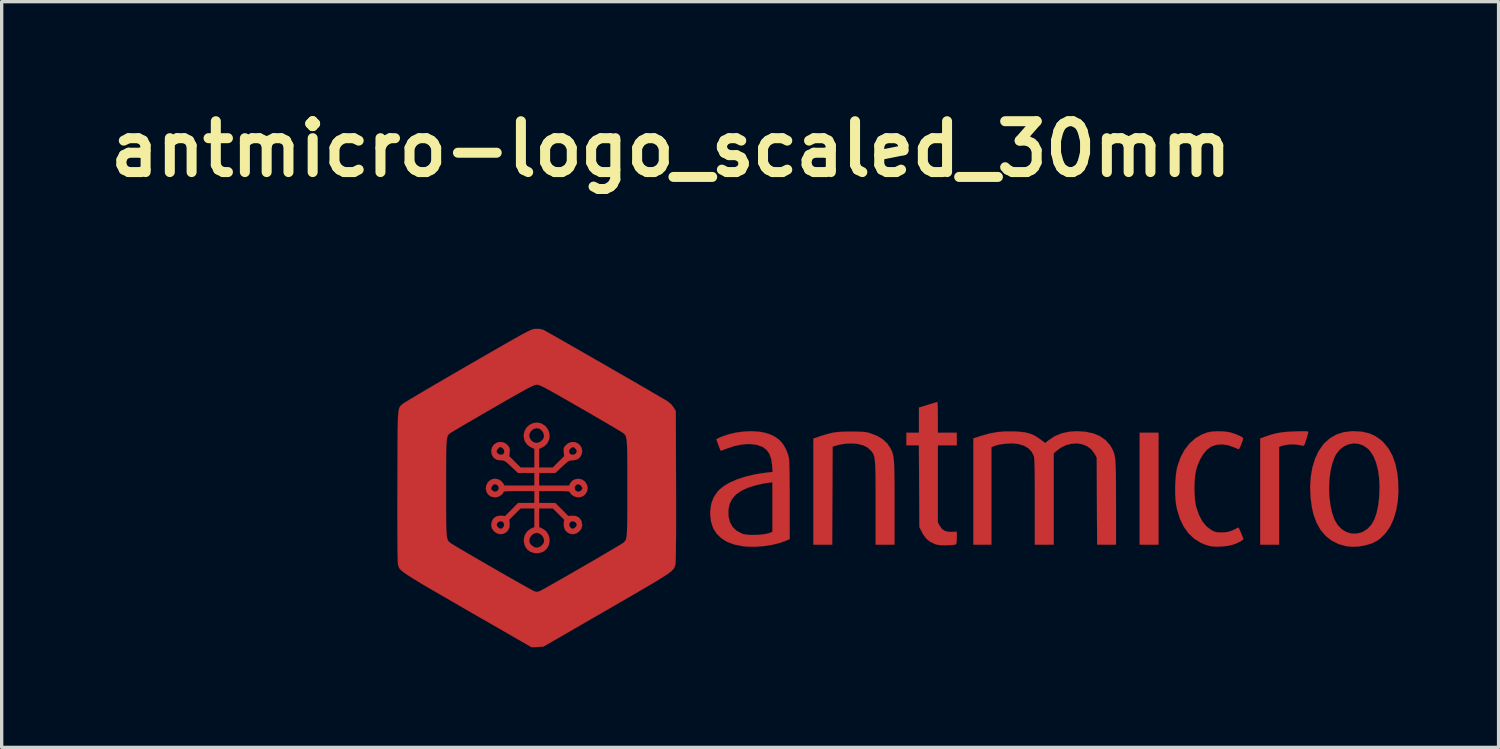
<source format=kicad_pcb>
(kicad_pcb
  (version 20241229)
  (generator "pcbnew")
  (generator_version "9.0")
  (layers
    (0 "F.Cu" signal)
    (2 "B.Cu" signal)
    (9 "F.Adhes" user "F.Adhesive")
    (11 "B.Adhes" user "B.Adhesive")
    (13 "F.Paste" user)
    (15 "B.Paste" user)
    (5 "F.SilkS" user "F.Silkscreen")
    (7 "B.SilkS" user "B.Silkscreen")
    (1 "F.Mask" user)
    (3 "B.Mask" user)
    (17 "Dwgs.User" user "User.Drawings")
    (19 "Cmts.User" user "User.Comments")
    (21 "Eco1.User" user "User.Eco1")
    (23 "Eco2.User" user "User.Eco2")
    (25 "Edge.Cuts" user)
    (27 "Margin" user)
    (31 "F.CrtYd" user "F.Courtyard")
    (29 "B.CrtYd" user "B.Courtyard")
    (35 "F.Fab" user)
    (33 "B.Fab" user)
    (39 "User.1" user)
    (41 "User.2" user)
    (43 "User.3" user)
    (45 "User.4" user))
  (footprint "antmicro-logo_scaled_30mm"
    (layer "F.Cu")
    (at 24.762 11.718)
    (property "Reference" "antmicro-logo_scaled_30mm" (at -7.7 -10.3 0) (layer "F.SilkS") (effects (font (size 1.524 1.524) (thickness 0.3))))
    (attr exclude_from_pos_files exclude_from_bom)
    (fp_poly (pts (xy 6.912 1.557) (xy 6.345 1.557) (xy 6.345 -1.798) (xy 6.912 -1.798) (xy 6.912 1.557)) (stroke (width 0.003) (type solid)) (fill yes) (layer "F.Cu"))
    (fp_poly (pts (xy 11.341 -1.841) (xy 11.383 -1.835) (xy 11.4 -1.825) (xy 11.4 -1.822) (xy 11.394 -1.787) (xy 11.376 -1.72) (xy 11.35 -1.632) (xy 11.338 -1.594) (xy 11.307 -1.497) (xy 11.282 -1.439) (xy 11.261 -1.411) (xy 11.24 -1.407) (xy 11.234 -1.408) (xy 11.087 -1.439) (xy 10.923 -1.45) (xy 10.761 -1.439) (xy 10.618 -1.408) (xy 10.591 -1.399) (xy 10.526 -1.373) (xy 10.526 1.557) (xy 9.959 1.557) (xy 9.959 -1.627) (xy 10.131 -1.689) (xy 10.279 -1.739) (xy 10.416 -1.776) (xy 10.552 -1.802) (xy 10.702 -1.821) (xy 10.878 -1.833) (xy 11.005 -1.838) (xy 11.157 -1.842) (xy 11.267 -1.843) (xy 11.341 -1.841)) (stroke (width 0.003) (type solid)) (fill yes) (layer "F.Cu"))
    (fp_poly (pts (xy 0.287 -2.696) (xy 0.291 -2.634) (xy 0.295 -2.538) (xy 0.297 -2.417) (xy 0.298 -2.277) (xy 0.298 -2.258) (xy 0.298 -1.798) (xy 0.865 -1.798) (xy 0.865 -1.42) (xy 0.298 -1.42) (xy 0.298 0.888) (xy 0.352 0.99) (xy 0.421 1.086) (xy 0.51 1.146) (xy 0.625 1.173) (xy 0.717 1.174) (xy 0.865 1.167) (xy 0.865 1.349) (xy 0.861 1.461) (xy 0.848 1.529) (xy 0.835 1.549) (xy 0.8 1.557) (xy 0.73 1.566) (xy 0.635 1.572) (xy 0.57 1.574) (xy 0.44 1.576) (xy 0.342 1.569) (xy 0.262 1.554) (xy 0.208 1.537) (xy 0.065 1.469) (xy -0.05 1.375) (xy -0.145 1.245) (xy -0.174 1.191) (xy -0.257 1.03) (xy -0.264 -0.195) (xy -0.271 -1.42) (xy -0.647 -1.42) (xy -0.647 -1.798) (xy -0.269 -1.798) (xy -0.269 -2.552) (xy -0.002 -2.635) (xy 0.104 -2.668) (xy 0.193 -2.694) (xy 0.255 -2.712) (xy 0.282 -2.719) (xy 0.287 -2.696)) (stroke (width 0.003) (type solid)) (fill yes) (layer "F.Cu"))
    (fp_poly (pts (xy -2.137 -1.832) (xy -2.011 -1.828) (xy -1.914 -1.822) (xy -1.838 -1.812) (xy -1.772 -1.797) (xy -1.746 -1.789) (xy -1.532 -1.708) (xy -1.359 -1.606) (xy -1.225 -1.482) (xy -1.136 -1.354) (xy -1.108 -1.301) (xy -1.084 -1.251) (xy -1.064 -1.2) (xy -1.048 -1.143) (xy -1.034 -1.077) (xy -1.024 -0.997) (xy -1.016 -0.899) (xy -1.01 -0.778) (xy -1.006 -0.632) (xy -1.003 -0.455) (xy -1.002 -0.243) (xy -1.001 0.008) (xy -1.001 0.298) (xy -1.001 1.557) (xy -1.568 1.557) (xy -1.568 0.309) (xy -1.568 0.015) (xy -1.569 -0.235) (xy -1.57 -0.446) (xy -1.573 -0.622) (xy -1.577 -0.766) (xy -1.584 -0.883) (xy -1.592 -0.976) (xy -1.603 -1.05) (xy -1.618 -1.109) (xy -1.635 -1.155) (xy -1.657 -1.194) (xy -1.682 -1.23) (xy -1.713 -1.266) (xy -1.715 -1.268) (xy -1.812 -1.356) (xy -1.931 -1.418) (xy -2.082 -1.458) (xy -2.138 -1.467) (xy -2.297 -1.477) (xy -2.472 -1.469) (xy -2.642 -1.443) (xy -2.766 -1.41) (xy -2.856 -1.379) (xy -2.862 0.089) (xy -2.868 1.557) (xy -3.434 1.557) (xy -3.434 -1.626) (xy -3.216 -1.698) (xy -3.065 -1.745) (xy -2.938 -1.78) (xy -2.82 -1.805) (xy -2.699 -1.82) (xy -2.563 -1.829) (xy -2.399 -1.832) (xy -2.3 -1.833) (xy -2.137 -1.832)) (stroke (width 0.003) (type solid)) (fill yes) (layer "F.Cu"))
    (fp_poly (pts (xy 4.729 -1.827) (xy 4.96 -1.777) (xy 5.158 -1.694) (xy 5.323 -1.578) (xy 5.454 -1.431) (xy 5.517 -1.325) (xy 5.542 -1.274) (xy 5.564 -1.225) (xy 5.581 -1.173) (xy 5.596 -1.115) (xy 5.608 -1.046) (xy 5.617 -0.961) (xy 5.624 -0.858) (xy 5.629 -0.731) (xy 5.633 -0.577) (xy 5.635 -0.39) (xy 5.636 -0.168) (xy 5.636 0.094) (xy 5.637 0.306) (xy 5.637 1.557) (xy 5.071 1.557) (xy 5.064 0.252) (xy 5.058 -1.053) (xy 4.989 -1.178) (xy 4.895 -1.302) (xy 4.773 -1.393) (xy 4.63 -1.452) (xy 4.472 -1.478) (xy 4.308 -1.47) (xy 4.142 -1.428) (xy 3.984 -1.351) (xy 3.871 -1.267) (xy 3.77 -1.18) (xy 3.77 1.557) (xy 3.203 1.557) (xy 3.203 0.278) (xy 3.203 -0.043) (xy 3.202 -0.318) (xy 3.2 -0.549) (xy 3.197 -0.737) (xy 3.193 -0.885) (xy 3.188 -0.992) (xy 3.182 -1.062) (xy 3.177 -1.091) (xy 3.113 -1.224) (xy 3.013 -1.331) (xy 2.879 -1.41) (xy 2.713 -1.46) (xy 2.52 -1.479) (xy 2.324 -1.469) (xy 2.217 -1.456) (xy 2.141 -1.443) (xy 2.077 -1.428) (xy 2.011 -1.406) (xy 1.969 -1.391) (xy 1.904 -1.367) (xy 1.904 1.557) (xy 1.361 1.557) (xy 1.361 -1.63) (xy 1.586 -1.702) (xy 1.839 -1.774) (xy 2.076 -1.818) (xy 2.316 -1.839) (xy 2.566 -1.839) (xy 2.766 -1.827) (xy 2.93 -1.805) (xy 3.068 -1.768) (xy 3.191 -1.716) (xy 3.31 -1.643) (xy 3.359 -1.607) (xy 3.514 -1.49) (xy 3.613 -1.57) (xy 3.804 -1.696) (xy 4.019 -1.784) (xy 4.259 -1.832) (xy 4.467 -1.844) (xy 4.729 -1.827)) (stroke (width 0.003) (type solid)) (fill yes) (layer "F.Cu"))
    (fp_poly (pts (xy 13.011 -1.829) (xy 13.222 -1.781) (xy 13.409 -1.698) (xy 13.578 -1.578) (xy 13.656 -1.505) (xy 13.806 -1.322) (xy 13.924 -1.107) (xy 14.012 -0.858) (xy 14.07 -0.574) (xy 14.09 -0.391) (xy 14.102 -0.06) (xy 14.083 0.249) (xy 14.033 0.533) (xy 13.956 0.791) (xy 13.85 1.018) (xy 13.717 1.212) (xy 13.559 1.369) (xy 13.461 1.44) (xy 13.306 1.517) (xy 13.122 1.574) (xy 12.923 1.61) (xy 12.724 1.62) (xy 12.542 1.603) (xy 12.309 1.539) (xy 12.103 1.437) (xy 11.924 1.297) (xy 11.773 1.12) (xy 11.651 0.907) (xy 11.559 0.659) (xy 11.509 0.444) (xy 11.467 0.124) (xy 11.458 -0.133) (xy 12.023 -0.133) (xy 12.033 0.13) (xy 12.065 0.384) (xy 12.118 0.617) (xy 12.189 0.814) (xy 12.282 0.969) (xy 12.399 1.09) (xy 12.535 1.175) (xy 12.684 1.221) (xy 12.839 1.227) (xy 12.996 1.189) (xy 13.048 1.165) (xy 13.181 1.078) (xy 13.291 0.959) (xy 13.379 0.805) (xy 13.447 0.613) (xy 13.496 0.383) (xy 13.524 0.14) (xy 13.536 -0.157) (xy 13.524 -0.433) (xy 13.489 -0.684) (xy 13.431 -0.907) (xy 13.352 -1.098) (xy 13.252 -1.251) (xy 13.19 -1.317) (xy 13.055 -1.412) (xy 12.909 -1.466) (xy 12.757 -1.478) (xy 12.608 -1.452) (xy 12.467 -1.389) (xy 12.34 -1.289) (xy 12.235 -1.155) (xy 12.194 -1.079) (xy 12.119 -0.88) (xy 12.066 -0.649) (xy 12.034 -0.397) (xy 12.023 -0.133) (xy 11.458 -0.133) (xy 11.456 -0.187) (xy 11.476 -0.485) (xy 11.525 -0.763) (xy 11.603 -1.018) (xy 11.708 -1.244) (xy 11.84 -1.436) (xy 11.879 -1.481) (xy 12.049 -1.632) (xy 12.241 -1.743) (xy 12.456 -1.813) (xy 12.697 -1.843) (xy 12.769 -1.844) (xy 13.011 -1.829)) (stroke (width 0.003) (type solid)) (fill yes) (layer "F.Cu"))
    (fp_poly (pts (xy 8.814 -1.84) (xy 8.97 -1.825) (xy 9.056 -1.809) (xy 9.145 -1.783) (xy 9.241 -1.749) (xy 9.331 -1.71) (xy 9.403 -1.673) (xy 9.444 -1.643) (xy 9.447 -1.639) (xy 9.445 -1.609) (xy 9.428 -1.551) (xy 9.402 -1.479) (xy 9.372 -1.405) (xy 9.343 -1.344) (xy 9.322 -1.309) (xy 9.316 -1.305) (xy 9.287 -1.313) (xy 9.229 -1.337) (xy 9.17 -1.363) (xy 8.99 -1.425) (xy 8.811 -1.45) (xy 8.642 -1.435) (xy 8.494 -1.384) (xy 8.37 -1.295) (xy 8.257 -1.165) (xy 8.157 -1) (xy 8.075 -0.804) (xy 8.041 -0.691) (xy 8.013 -0.551) (xy 7.996 -0.38) (xy 7.988 -0.19) (xy 7.99 0.004) (xy 8.002 0.188) (xy 8.023 0.348) (xy 8.041 0.427) (xy 8.121 0.661) (xy 8.222 0.854) (xy 8.344 1.005) (xy 8.487 1.114) (xy 8.498 1.12) (xy 8.57 1.157) (xy 8.634 1.178) (xy 8.707 1.188) (xy 8.809 1.19) (xy 8.814 1.19) (xy 8.92 1.185) (xy 9.013 1.169) (xy 9.108 1.138) (xy 9.218 1.087) (xy 9.301 1.043) (xy 9.311 1.05) (xy 9.329 1.081) (xy 9.357 1.141) (xy 9.396 1.235) (xy 9.45 1.369) (xy 9.455 1.381) (xy 9.442 1.407) (xy 9.394 1.442) (xy 9.321 1.483) (xy 9.233 1.523) (xy 9.139 1.558) (xy 9.115 1.565) (xy 8.988 1.592) (xy 8.835 1.61) (xy 8.676 1.616) (xy 8.532 1.61) (xy 8.471 1.603) (xy 8.383 1.58) (xy 8.276 1.543) (xy 8.176 1.499) (xy 7.98 1.377) (xy 7.811 1.217) (xy 7.669 1.02) (xy 7.555 0.786) (xy 7.471 0.518) (xy 7.443 0.387) (xy 7.422 0.232) (xy 7.412 0.049) (xy 7.41 -0.15) (xy 7.418 -0.35) (xy 7.433 -0.54) (xy 7.458 -0.704) (xy 7.478 -0.794) (xy 7.57 -1.055) (xy 7.691 -1.283) (xy 7.84 -1.475) (xy 8.015 -1.631) (xy 8.216 -1.748) (xy 8.375 -1.807) (xy 8.499 -1.831) (xy 8.652 -1.842) (xy 8.814 -1.84)) (stroke (width 0.003) (type solid)) (fill yes) (layer "F.Cu"))
    (fp_poly (pts (xy -5.05 -1.829) (xy -4.901 -1.801) (xy -4.731 -1.749) (xy -4.594 -1.684) (xy -4.475 -1.6) (xy -4.417 -1.546) (xy -4.331 -1.439) (xy -4.254 -1.301) (xy -4.195 -1.151) (xy -4.167 -1.044) (xy -4.162 -0.991) (xy -4.157 -0.895) (xy -4.152 -0.759) (xy -4.149 -0.587) (xy -4.146 -0.385) (xy -4.144 -0.154) (xy -4.143 0.1) (xy -4.143 0.236) (xy -4.143 1.389) (xy -4.254 1.438) (xy -4.452 1.509) (xy -4.682 1.564) (xy -4.929 1.602) (xy -5.181 1.619) (xy -5.423 1.615) (xy -5.551 1.603) (xy -5.802 1.553) (xy -6.016 1.474) (xy -6.193 1.365) (xy -6.333 1.228) (xy -6.436 1.064) (xy -6.5 0.871) (xy -6.526 0.652) (xy -6.524 0.542) (xy -6.521 0.521) (xy -5.98 0.521) (xy -5.976 0.716) (xy -5.933 0.885) (xy -5.854 1.026) (xy -5.738 1.138) (xy -5.587 1.219) (xy -5.514 1.243) (xy -5.422 1.258) (xy -5.298 1.266) (xy -5.158 1.265) (xy -5.016 1.256) (xy -4.888 1.241) (xy -4.789 1.22) (xy -4.775 1.215) (xy -4.663 1.174) (xy -4.663 -0.313) (xy -4.798 -0.296) (xy -4.885 -0.283) (xy -4.997 -0.261) (xy -5.115 -0.234) (xy -5.152 -0.225) (xy -5.394 -0.151) (xy -5.593 -0.059) (xy -5.75 0.05) (xy -5.865 0.179) (xy -5.941 0.327) (xy -5.978 0.497) (xy -5.98 0.521) (xy -6.521 0.521) (xy -6.494 0.329) (xy -6.422 0.14) (xy -6.31 -0.028) (xy -6.245 -0.097) (xy -6.103 -0.21) (xy -5.92 -0.314) (xy -5.703 -0.407) (xy -5.457 -0.486) (xy -5.189 -0.549) (xy -4.905 -0.594) (xy -4.901 -0.595) (xy -4.656 -0.624) (xy -4.67 -0.825) (xy -4.698 -1.014) (xy -4.752 -1.166) (xy -4.836 -1.284) (xy -4.951 -1.37) (xy -5.101 -1.427) (xy -5.173 -1.444) (xy -5.368 -1.461) (xy -5.586 -1.444) (xy -5.814 -1.396) (xy -6.044 -1.318) (xy -6.065 -1.31) (xy -6.137 -1.281) (xy -6.191 -1.263) (xy -6.212 -1.26) (xy -6.224 -1.285) (xy -6.246 -1.341) (xy -6.275 -1.413) (xy -6.303 -1.488) (xy -6.326 -1.553) (xy -6.339 -1.593) (xy -6.34 -1.599) (xy -6.32 -1.614) (xy -6.269 -1.641) (xy -6.211 -1.668) (xy -5.999 -1.745) (xy -5.764 -1.801) (xy -5.519 -1.834) (xy -5.276 -1.844) (xy -5.05 -1.829)) (stroke (width 0.003) (type solid)) (fill yes) (layer "F.Cu"))
    (fp_poly (pts (xy -11.635 -4.909) (xy -11.537 -4.887) (xy -11.536 -4.886) (xy -11.505 -4.87) (xy -11.437 -4.833) (xy -11.335 -4.775) (xy -11.203 -4.701) (xy -11.045 -4.611) (xy -10.864 -4.508) (xy -10.664 -4.393) (xy -10.448 -4.27) (xy -10.22 -4.139) (xy -9.984 -4.003) (xy -9.742 -3.865) (xy -9.5 -3.725) (xy -9.26 -3.587) (xy -9.026 -3.452) (xy -8.802 -3.323) (xy -8.591 -3.201) (xy -8.396 -3.088) (xy -8.223 -2.987) (xy -8.073 -2.9) (xy -7.951 -2.828) (xy -7.86 -2.775) (xy -7.804 -2.741) (xy -7.798 -2.737) (xy -7.698 -2.655) (xy -7.621 -2.556) (xy -7.556 -2.447) (xy -7.55 -0.195) (xy -7.549 0.235) (xy -7.549 0.624) (xy -7.549 0.97) (xy -7.55 1.273) (xy -7.552 1.532) (xy -7.554 1.746) (xy -7.557 1.916) (xy -7.56 2.04) (xy -7.564 2.117) (xy -7.568 2.145) (xy -7.577 2.181) (xy -7.588 2.213) (xy -7.601 2.244) (xy -7.62 2.275) (xy -7.647 2.308) (xy -7.684 2.345) (xy -7.734 2.386) (xy -7.8 2.434) (xy -7.883 2.49) (xy -7.987 2.556) (xy -8.113 2.634) (xy -8.265 2.725) (xy -8.444 2.831) (xy -8.653 2.953) (xy -8.895 3.094) (xy -9.172 3.254) (xy -9.486 3.435) (xy -9.626 3.516) (xy -11.525 4.613) (xy -11.702 4.623) (xy -11.879 4.632) (xy -12.576 4.231) (xy -13.003 3.985) (xy -13.39 3.763) (xy -13.741 3.561) (xy -14.056 3.379) (xy -14.338 3.216) (xy -14.589 3.071) (xy -14.81 2.942) (xy -15.004 2.829) (xy -15.172 2.73) (xy -15.316 2.643) (xy -15.438 2.568) (xy -15.54 2.504) (xy -15.624 2.448) (xy -15.691 2.401) (xy -15.745 2.361) (xy -15.786 2.327) (xy -15.816 2.296) (xy -15.838 2.27) (xy -15.853 2.245) (xy -15.863 2.221) (xy -15.871 2.197) (xy -15.877 2.171) (xy -15.884 2.145) (xy -15.888 2.104) (xy -15.892 2.016) (xy -15.895 1.882) (xy -15.898 1.702) (xy -15.9 1.477) (xy -15.902 1.208) (xy -15.902 0.895) (xy -15.903 0.539) (xy -15.902 0.14) (xy -15.901 -0.144) (xy -14.442 -0.144) (xy -14.442 0.163) (xy -14.442 0.426) (xy -14.441 0.65) (xy -14.44 0.837) (xy -14.437 0.991) (xy -14.433 1.116) (xy -14.428 1.215) (xy -14.42 1.293) (xy -14.411 1.352) (xy -14.399 1.396) (xy -14.385 1.429) (xy -14.367 1.455) (xy -14.347 1.476) (xy -14.323 1.498) (xy -14.321 1.5) (xy -14.29 1.521) (xy -14.221 1.563) (xy -14.121 1.623) (xy -13.994 1.699) (xy -13.843 1.788) (xy -13.674 1.887) (xy -13.49 1.993) (xy -13.297 2.105) (xy -13.098 2.22) (xy -12.898 2.335) (xy -12.703 2.447) (xy -12.515 2.554) (xy -12.339 2.654) (xy -12.181 2.743) (xy -12.044 2.82) (xy -11.933 2.882) (xy -11.852 2.925) (xy -11.805 2.949) (xy -11.798 2.952) (xy -11.74 2.968) (xy -11.699 2.969) (xy -11.65 2.953) (xy -11.621 2.941) (xy -11.582 2.921) (xy -11.507 2.881) (xy -11.401 2.822) (xy -11.269 2.747) (xy -11.114 2.659) (xy -10.942 2.561) (xy -10.757 2.455) (xy -10.563 2.343) (xy -10.365 2.229) (xy -10.167 2.114) (xy -9.974 2.002) (xy -9.79 1.895) (xy -9.62 1.795) (xy -9.468 1.706) (xy -9.338 1.629) (xy -9.236 1.568) (xy -9.166 1.524) (xy -9.131 1.501) (xy -9.13 1.5) (xy -9.106 1.478) (xy -9.085 1.457) (xy -9.068 1.431) (xy -9.053 1.399) (xy -9.041 1.356) (xy -9.032 1.298) (xy -9.024 1.222) (xy -9.019 1.124) (xy -9.015 1.002) (xy -9.012 0.85) (xy -9.01 0.666) (xy -9.009 0.445) (xy -9.009 0.185) (xy -9.009 -0.118) (xy -9.009 -0.144) (xy -9.009 -0.452) (xy -9.009 -0.717) (xy -9.01 -0.942) (xy -9.012 -1.13) (xy -9.014 -1.285) (xy -9.019 -1.411) (xy -9.025 -1.511) (xy -9.033 -1.59) (xy -9.043 -1.649) (xy -9.057 -1.694) (xy -9.073 -1.727) (xy -9.093 -1.752) (xy -9.116 -1.774) (xy -9.143 -1.794) (xy -9.154 -1.802) (xy -9.189 -1.825) (xy -9.261 -1.868) (xy -9.366 -1.931) (xy -9.5 -2.01) (xy -9.659 -2.103) (xy -9.84 -2.209) (xy -10.038 -2.324) (xy -10.25 -2.447) (xy -10.429 -2.55) (xy -10.684 -2.697) (xy -10.902 -2.821) (xy -11.085 -2.926) (xy -11.238 -3.012) (xy -11.362 -3.081) (xy -11.463 -3.135) (xy -11.542 -3.175) (xy -11.604 -3.204) (xy -11.65 -3.223) (xy -11.686 -3.234) (xy -11.713 -3.238) (xy -11.723 -3.238) (xy -11.748 -3.236) (xy -11.779 -3.228) (xy -11.82 -3.213) (xy -11.875 -3.189) (xy -11.945 -3.154) (xy -12.035 -3.107) (xy -12.148 -3.045) (xy -12.287 -2.967) (xy -12.454 -2.872) (xy -12.655 -2.758) (xy -12.89 -2.622) (xy -13.055 -2.527) (xy -13.278 -2.399) (xy -13.488 -2.276) (xy -13.684 -2.162) (xy -13.861 -2.059) (xy -14.015 -1.969) (xy -14.143 -1.893) (xy -14.242 -1.834) (xy -14.306 -1.795) (xy -14.333 -1.777) (xy -14.355 -1.757) (xy -14.374 -1.737) (xy -14.389 -1.711) (xy -14.403 -1.678) (xy -14.413 -1.632) (xy -14.422 -1.571) (xy -14.429 -1.491) (xy -14.434 -1.388) (xy -14.437 -1.259) (xy -14.44 -1.1) (xy -14.441 -0.908) (xy -14.442 -0.678) (xy -14.442 -0.408) (xy -14.442 -0.144) (xy -15.901 -0.144) (xy -15.901 -0.195) (xy -15.9 -0.578) (xy -15.899 -0.917) (xy -15.898 -1.214) (xy -15.897 -1.472) (xy -15.896 -1.694) (xy -15.894 -1.884) (xy -15.891 -2.044) (xy -15.887 -2.177) (xy -15.882 -2.285) (xy -15.876 -2.373) (xy -15.868 -2.442) (xy -15.858 -2.495) (xy -15.847 -2.536) (xy -15.833 -2.567) (xy -15.818 -2.591) (xy -15.8 -2.611) (xy -15.779 -2.63) (xy -15.756 -2.65) (xy -15.746 -2.659) (xy -15.716 -2.68) (xy -15.648 -2.723) (xy -15.545 -2.786) (xy -15.41 -2.867) (xy -15.246 -2.964) (xy -15.056 -3.077) (xy -14.843 -3.202) (xy -14.61 -3.338) (xy -14.36 -3.484) (xy -14.096 -3.637) (xy -13.821 -3.796) (xy -13.792 -3.813) (xy -13.471 -3.998) (xy -13.189 -4.161) (xy -12.942 -4.303) (xy -12.728 -4.426) (xy -12.545 -4.53) (xy -12.389 -4.619) (xy -12.259 -4.692) (xy -12.15 -4.752) (xy -12.061 -4.799) (xy -11.99 -4.836) (xy -11.932 -4.863) (xy -11.887 -4.883) (xy -11.85 -4.896) (xy -11.82 -4.904) (xy -11.794 -4.908) (xy -11.769 -4.911) (xy -11.762 -4.911) (xy -11.635 -4.909)) (stroke (width 0.003) (type solid)) (fill yes) (layer "F.Cu"))
    (fp_poly (pts (xy -11.598 -2.08) (xy -11.577 -2.072) (xy -11.469 -2.002) (xy -11.39 -1.901) (xy -11.345 -1.782) (xy -11.341 -1.654) (xy -11.347 -1.622) (xy -11.394 -1.501) (xy -11.475 -1.41) (xy -11.557 -1.361) (xy -11.655 -1.313) (xy -11.655 -0.758) (xy -11.242 -0.758) (xy -11.073 -0.927) (xy -10.903 -1.095) (xy -10.915 -1.217) (xy -10.916 -1.219) (xy -10.755 -1.219) (xy -10.729 -1.164) (xy -10.674 -1.139) (xy -10.607 -1.144) (xy -10.558 -1.173) (xy -10.524 -1.229) (xy -10.536 -1.285) (xy -10.568 -1.325) (xy -10.613 -1.363) (xy -10.65 -1.367) (xy -10.701 -1.338) (xy -10.705 -1.336) (xy -10.746 -1.283) (xy -10.755 -1.219) (xy -10.916 -1.219) (xy -10.92 -1.295) (xy -10.909 -1.348) (xy -10.879 -1.397) (xy -10.865 -1.414) (xy -10.779 -1.486) (xy -10.684 -1.519) (xy -10.589 -1.518) (xy -10.502 -1.485) (xy -10.429 -1.426) (xy -10.38 -1.345) (xy -10.362 -1.247) (xy -10.379 -1.148) (xy -10.432 -1.055) (xy -10.518 -0.995) (xy -10.632 -0.971) (xy -10.651 -0.971) (xy -10.7 -0.969) (xy -10.741 -0.96) (xy -10.783 -0.939) (xy -10.835 -0.899) (xy -10.906 -0.836) (xy -10.964 -0.782) (xy -11.166 -0.593) (xy -11.655 -0.593) (xy -11.655 -0.215) (xy -10.758 -0.215) (xy -10.723 -0.283) (xy -10.659 -0.36) (xy -10.571 -0.406) (xy -10.471 -0.419) (xy -10.373 -0.399) (xy -10.288 -0.343) (xy -10.28 -0.335) (xy -10.219 -0.239) (xy -10.199 -0.142) (xy -10.213 -0.049) (xy -10.258 0.032) (xy -10.325 0.095) (xy -10.411 0.132) (xy -10.509 0.137) (xy -10.614 0.103) (xy -10.636 0.091) (xy -10.69 0.048) (xy -10.724 0.004) (xy -10.727 -0.003) (xy -10.734 -0.019) (xy -10.748 -0.031) (xy -10.777 -0.039) (xy -10.826 -0.045) (xy -10.902 -0.048) (xy -11.011 -0.049) (xy -11.159 -0.049) (xy -11.197 -0.049) (xy -11.655 -0.049) (xy -11.655 0.305) (xy -11.169 0.305) (xy -10.777 0.699) (xy -10.667 0.69) (xy -10.548 0.698) (xy -10.456 0.744) (xy -10.394 0.826) (xy -10.377 0.869) (xy -10.361 0.981) (xy -10.388 1.079) (xy -10.448 1.157) (xy -10.539 1.221) (xy -10.636 1.244) (xy -10.731 1.23) (xy -10.814 1.185) (xy -10.878 1.112) (xy -10.913 1.015) (xy -10.915 0.944) (xy -10.753 0.944) (xy -10.745 1.002) (xy -10.722 1.036) (xy -10.669 1.078) (xy -10.617 1.074) (xy -10.568 1.037) (xy -10.527 0.98) (xy -10.531 0.928) (xy -10.566 0.885) (xy -10.626 0.855) (xy -10.683 0.86) (xy -10.729 0.893) (xy -10.753 0.944) (xy -10.915 0.944) (xy -10.915 0.92) (xy -10.902 0.808) (xy -11.242 0.47) (xy -11.655 0.47) (xy -11.655 1.03) (xy -11.557 1.074) (xy -11.455 1.143) (xy -11.385 1.238) (xy -11.346 1.348) (xy -11.34 1.465) (xy -11.366 1.579) (xy -11.425 1.68) (xy -11.517 1.759) (xy -11.538 1.77) (xy -11.662 1.809) (xy -11.794 1.809) (xy -11.916 1.77) (xy -11.918 1.769) (xy -12.015 1.694) (xy -12.079 1.595) (xy -12.109 1.482) (xy -12.109 1.427) (xy -11.948 1.427) (xy -11.938 1.497) (xy -11.902 1.554) (xy -11.872 1.583) (xy -11.784 1.639) (xy -11.698 1.648) (xy -11.612 1.609) (xy -11.58 1.583) (xy -11.527 1.525) (xy -11.506 1.464) (xy -11.504 1.427) (xy -11.525 1.341) (xy -11.58 1.267) (xy -11.657 1.217) (xy -11.726 1.202) (xy -11.811 1.224) (xy -11.884 1.28) (xy -11.934 1.358) (xy -11.948 1.427) (xy -12.109 1.427) (xy -12.108 1.365) (xy -12.074 1.253) (xy -12.008 1.155) (xy -11.911 1.082) (xy -11.894 1.074) (xy -11.796 1.03) (xy -11.796 0.47) (xy -12.209 0.47) (xy -12.549 0.808) (xy -12.536 0.92) (xy -12.542 1.033) (xy -12.583 1.127) (xy -12.651 1.195) (xy -12.737 1.235) (xy -12.832 1.242) (xy -12.929 1.212) (xy -13.004 1.157) (xy -13.069 1.066) (xy -13.09 0.967) (xy -13.085 0.938) (xy -12.924 0.938) (xy -12.92 0.99) (xy -12.883 1.037) (xy -12.826 1.078) (xy -12.774 1.074) (xy -12.73 1.038) (xy -12.701 0.977) (xy -12.709 0.916) (xy -12.749 0.869) (xy -12.778 0.858) (xy -12.848 0.861) (xy -12.884 0.884) (xy -12.924 0.938) (xy -13.085 0.938) (xy -13.074 0.869) (xy -13.024 0.773) (xy -12.943 0.712) (xy -12.835 0.688) (xy -12.784 0.69) (xy -12.674 0.699) (xy -12.282 0.305) (xy -11.796 0.305) (xy -11.796 -0.049) (xy -12.256 -0.049) (xy -12.414 -0.049) (xy -12.531 -0.048) (xy -12.613 -0.046) (xy -12.668 -0.041) (xy -12.701 -0.033) (xy -12.719 -0.022) (xy -12.728 -0.007) (xy -12.73 -0.001) (xy -12.768 0.054) (xy -12.837 0.101) (xy -12.919 0.133) (xy -12.973 0.139) (xy -13.082 0.12) (xy -13.167 0.066) (xy -13.225 -0.012) (xy -13.251 -0.106) (xy -13.248 -0.138) (xy -13.092 -0.138) (xy -13.086 -0.104) (xy -13.062 -0.075) (xy -13 -0.032) (xy -12.937 -0.035) (xy -12.897 -0.063) (xy -12.863 -0.124) (xy -12.87 -0.163) (xy -10.588 -0.163) (xy -10.579 -0.097) (xy -10.555 -0.063) (xy -10.494 -0.029) (xy -10.431 -0.041) (xy -10.39 -0.075) (xy -10.361 -0.114) (xy -10.362 -0.149) (xy -10.381 -0.187) (xy -10.431 -0.241) (xy -10.491 -0.257) (xy -10.549 -0.23) (xy -10.553 -0.226) (xy -10.588 -0.163) (xy -12.87 -0.163) (xy -12.874 -0.187) (xy -12.905 -0.225) (xy -12.966 -0.257) (xy -13.023 -0.242) (xy -13.07 -0.187) (xy -13.092 -0.138) (xy -13.248 -0.138) (xy -13.242 -0.207) (xy -13.195 -0.306) (xy -13.171 -0.335) (xy -13.087 -0.397) (xy -12.988 -0.42) (xy -12.888 -0.408) (xy -12.797 -0.359) (xy -12.733 -0.285) (xy -12.691 -0.215) (xy -11.796 -0.215) (xy -11.796 -0.593) (xy -12.286 -0.593) (xy -12.488 -0.782) (xy -12.575 -0.863) (xy -12.637 -0.916) (xy -12.684 -0.948) (xy -12.724 -0.965) (xy -12.768 -0.97) (xy -12.807 -0.971) (xy -12.923 -0.988) (xy -13.008 -1.04) (xy -13.064 -1.128) (xy -13.075 -1.159) (xy -13.085 -1.244) (xy -12.93 -1.244) (xy -12.91 -1.19) (xy -12.86 -1.153) (xy -12.798 -1.138) (xy -12.739 -1.152) (xy -12.722 -1.164) (xy -12.696 -1.22) (xy -12.705 -1.284) (xy -12.747 -1.336) (xy -12.792 -1.363) (xy -12.817 -1.372) (xy -12.852 -1.355) (xy -12.892 -1.314) (xy -12.923 -1.268) (xy -12.93 -1.244) (xy -13.085 -1.244) (xy -13.088 -1.27) (xy -13.063 -1.366) (xy -13.009 -1.442) (xy -12.933 -1.496) (xy -12.842 -1.522) (xy -12.747 -1.516) (xy -12.653 -1.474) (xy -12.587 -1.414) (xy -12.549 -1.362) (xy -12.533 -1.312) (xy -12.533 -1.244) (xy -12.536 -1.217) (xy -12.548 -1.095) (xy -12.379 -0.927) (xy -12.209 -0.758) (xy -11.796 -0.758) (xy -11.796 -1.316) (xy -11.89 -1.357) (xy -12 -1.429) (xy -12.075 -1.53) (xy -12.104 -1.608) (xy -12.115 -1.719) (xy -11.953 -1.719) (xy -11.944 -1.665) (xy -11.927 -1.625) (xy -11.867 -1.544) (xy -11.786 -1.5) (xy -11.696 -1.495) (xy -11.607 -1.533) (xy -11.597 -1.541) (xy -11.527 -1.616) (xy -11.504 -1.698) (xy -11.522 -1.784) (xy -11.58 -1.872) (xy -11.655 -1.923) (xy -11.74 -1.936) (xy -11.823 -1.911) (xy -11.895 -1.849) (xy -11.937 -1.777) (xy -11.953 -1.719) (xy -12.115 -1.719) (xy -12.116 -1.735) (xy -12.089 -1.852) (xy -12.029 -1.954) (xy -11.943 -2.033) (xy -11.838 -2.085) (xy -11.721 -2.103) (xy -11.598 -2.08)) (stroke (width 0.003) (type solid)) (fill yes) (layer "F.Cu"))
    (fp_poly (pts (xy 6.912 1.557) (xy 6.345 1.557) (xy 6.345 -1.798) (xy 6.912 -1.798) (xy 6.912 1.557)) (stroke (width 0.003) (type solid)) (fill yes) (layer "F.Mask"))
    (fp_poly (pts (xy 11.341 -1.841) (xy 11.383 -1.835) (xy 11.4 -1.825) (xy 11.4 -1.822) (xy 11.394 -1.787) (xy 11.376 -1.72) (xy 11.35 -1.632) (xy 11.338 -1.594) (xy 11.307 -1.497) (xy 11.282 -1.439) (xy 11.261 -1.411) (xy 11.24 -1.407) (xy 11.234 -1.408) (xy 11.087 -1.439) (xy 10.923 -1.45) (xy 10.761 -1.439) (xy 10.618 -1.408) (xy 10.591 -1.399) (xy 10.526 -1.373) (xy 10.526 1.557) (xy 9.959 1.557) (xy 9.959 -1.627) (xy 10.131 -1.689) (xy 10.279 -1.739) (xy 10.416 -1.776) (xy 10.552 -1.802) (xy 10.702 -1.821) (xy 10.878 -1.833) (xy 11.005 -1.838) (xy 11.157 -1.842) (xy 11.267 -1.843) (xy 11.341 -1.841)) (stroke (width 0.003) (type solid)) (fill yes) (layer "F.Mask"))
    (fp_poly (pts (xy 0.287 -2.696) (xy 0.291 -2.634) (xy 0.295 -2.538) (xy 0.297 -2.417) (xy 0.298 -2.277) (xy 0.298 -2.258) (xy 0.298 -1.798) (xy 0.865 -1.798) (xy 0.865 -1.42) (xy 0.298 -1.42) (xy 0.298 0.888) (xy 0.352 0.99) (xy 0.421 1.086) (xy 0.51 1.146) (xy 0.625 1.173) (xy 0.717 1.174) (xy 0.865 1.167) (xy 0.865 1.349) (xy 0.861 1.461) (xy 0.848 1.529) (xy 0.835 1.549) (xy 0.8 1.557) (xy 0.73 1.566) (xy 0.635 1.572) (xy 0.57 1.574) (xy 0.44 1.576) (xy 0.342 1.569) (xy 0.262 1.554) (xy 0.208 1.537) (xy 0.065 1.469) (xy -0.05 1.375) (xy -0.145 1.245) (xy -0.174 1.191) (xy -0.257 1.03) (xy -0.264 -0.195) (xy -0.271 -1.42) (xy -0.647 -1.42) (xy -0.647 -1.798) (xy -0.269 -1.798) (xy -0.269 -2.552) (xy -0.002 -2.635) (xy 0.104 -2.668) (xy 0.193 -2.694) (xy 0.255 -2.712) (xy 0.282 -2.719) (xy 0.287 -2.696)) (stroke (width 0.003) (type solid)) (fill yes) (layer "F.Mask"))
    (fp_poly (pts (xy -2.137 -1.832) (xy -2.011 -1.828) (xy -1.914 -1.822) (xy -1.838 -1.812) (xy -1.772 -1.797) (xy -1.746 -1.789) (xy -1.532 -1.708) (xy -1.359 -1.606) (xy -1.225 -1.482) (xy -1.136 -1.354) (xy -1.108 -1.301) (xy -1.084 -1.251) (xy -1.064 -1.2) (xy -1.048 -1.143) (xy -1.034 -1.077) (xy -1.024 -0.997) (xy -1.016 -0.899) (xy -1.01 -0.778) (xy -1.006 -0.632) (xy -1.003 -0.455) (xy -1.002 -0.243) (xy -1.001 0.008) (xy -1.001 0.298) (xy -1.001 1.557) (xy -1.568 1.557) (xy -1.568 0.309) (xy -1.568 0.015) (xy -1.569 -0.235) (xy -1.57 -0.446) (xy -1.573 -0.622) (xy -1.577 -0.766) (xy -1.584 -0.883) (xy -1.592 -0.976) (xy -1.603 -1.05) (xy -1.618 -1.109) (xy -1.635 -1.155) (xy -1.657 -1.194) (xy -1.682 -1.23) (xy -1.713 -1.266) (xy -1.715 -1.268) (xy -1.812 -1.356) (xy -1.931 -1.418) (xy -2.082 -1.458) (xy -2.138 -1.467) (xy -2.297 -1.477) (xy -2.472 -1.469) (xy -2.642 -1.443) (xy -2.766 -1.41) (xy -2.856 -1.379) (xy -2.862 0.089) (xy -2.868 1.557) (xy -3.434 1.557) (xy -3.434 -1.626) (xy -3.216 -1.698) (xy -3.065 -1.745) (xy -2.938 -1.78) (xy -2.82 -1.805) (xy -2.699 -1.82) (xy -2.563 -1.829) (xy -2.399 -1.832) (xy -2.3 -1.833) (xy -2.137 -1.832)) (stroke (width 0.003) (type solid)) (fill yes) (layer "F.Mask"))
    (fp_poly (pts (xy 4.729 -1.827) (xy 4.96 -1.777) (xy 5.158 -1.694) (xy 5.323 -1.578) (xy 5.454 -1.431) (xy 5.517 -1.325) (xy 5.542 -1.274) (xy 5.564 -1.225) (xy 5.581 -1.173) (xy 5.596 -1.115) (xy 5.608 -1.046) (xy 5.617 -0.961) (xy 5.624 -0.858) (xy 5.629 -0.731) (xy 5.633 -0.577) (xy 5.635 -0.39) (xy 5.636 -0.168) (xy 5.636 0.094) (xy 5.637 0.306) (xy 5.637 1.557) (xy 5.071 1.557) (xy 5.064 0.252) (xy 5.058 -1.053) (xy 4.989 -1.178) (xy 4.895 -1.302) (xy 4.773 -1.393) (xy 4.63 -1.452) (xy 4.472 -1.478) (xy 4.308 -1.47) (xy 4.142 -1.428) (xy 3.984 -1.351) (xy 3.871 -1.267) (xy 3.77 -1.18) (xy 3.77 1.557) (xy 3.203 1.557) (xy 3.203 0.278) (xy 3.203 -0.043) (xy 3.202 -0.318) (xy 3.2 -0.549) (xy 3.197 -0.737) (xy 3.193 -0.885) (xy 3.188 -0.992) (xy 3.182 -1.062) (xy 3.177 -1.091) (xy 3.113 -1.224) (xy 3.013 -1.331) (xy 2.879 -1.41) (xy 2.713 -1.46) (xy 2.52 -1.479) (xy 2.324 -1.469) (xy 2.217 -1.456) (xy 2.141 -1.443) (xy 2.077 -1.428) (xy 2.011 -1.406) (xy 1.969 -1.391) (xy 1.904 -1.367) (xy 1.904 1.557) (xy 1.361 1.557) (xy 1.361 -1.63) (xy 1.586 -1.702) (xy 1.839 -1.774) (xy 2.076 -1.818) (xy 2.316 -1.839) (xy 2.566 -1.839) (xy 2.766 -1.827) (xy 2.93 -1.805) (xy 3.068 -1.768) (xy 3.191 -1.716) (xy 3.31 -1.643) (xy 3.359 -1.607) (xy 3.514 -1.49) (xy 3.613 -1.57) (xy 3.804 -1.696) (xy 4.019 -1.784) (xy 4.259 -1.832) (xy 4.467 -1.844) (xy 4.729 -1.827)) (stroke (width 0.003) (type solid)) (fill yes) (layer "F.Mask"))
    (fp_poly (pts (xy 13.011 -1.829) (xy 13.222 -1.781) (xy 13.409 -1.698) (xy 13.578 -1.578) (xy 13.656 -1.505) (xy 13.806 -1.322) (xy 13.924 -1.107) (xy 14.012 -0.858) (xy 14.07 -0.574) (xy 14.09 -0.391) (xy 14.102 -0.06) (xy 14.083 0.249) (xy 14.033 0.533) (xy 13.956 0.791) (xy 13.85 1.018) (xy 13.717 1.212) (xy 13.559 1.369) (xy 13.461 1.44) (xy 13.306 1.517) (xy 13.122 1.574) (xy 12.923 1.61) (xy 12.724 1.62) (xy 12.542 1.603) (xy 12.309 1.539) (xy 12.103 1.437) (xy 11.924 1.297) (xy 11.773 1.12) (xy 11.651 0.907) (xy 11.559 0.659) (xy 11.509 0.444) (xy 11.467 0.124) (xy 11.458 -0.133) (xy 12.023 -0.133) (xy 12.033 0.13) (xy 12.065 0.384) (xy 12.118 0.617) (xy 12.189 0.814) (xy 12.282 0.969) (xy 12.399 1.09) (xy 12.535 1.175) (xy 12.684 1.221) (xy 12.839 1.227) (xy 12.996 1.189) (xy 13.048 1.165) (xy 13.181 1.078) (xy 13.291 0.959) (xy 13.379 0.805) (xy 13.447 0.613) (xy 13.496 0.383) (xy 13.524 0.14) (xy 13.536 -0.157) (xy 13.524 -0.433) (xy 13.489 -0.684) (xy 13.431 -0.907) (xy 13.352 -1.098) (xy 13.252 -1.251) (xy 13.19 -1.317) (xy 13.055 -1.412) (xy 12.909 -1.466) (xy 12.757 -1.478) (xy 12.608 -1.452) (xy 12.467 -1.389) (xy 12.34 -1.289) (xy 12.235 -1.155) (xy 12.194 -1.079) (xy 12.119 -0.88) (xy 12.066 -0.649) (xy 12.034 -0.397) (xy 12.023 -0.133) (xy 11.458 -0.133) (xy 11.456 -0.187) (xy 11.476 -0.485) (xy 11.525 -0.763) (xy 11.603 -1.018) (xy 11.708 -1.244) (xy 11.84 -1.436) (xy 11.879 -1.481) (xy 12.049 -1.632) (xy 12.241 -1.743) (xy 12.456 -1.813) (xy 12.697 -1.843) (xy 12.769 -1.844) (xy 13.011 -1.829)) (stroke (width 0.003) (type solid)) (fill yes) (layer "F.Mask"))
    (fp_poly (pts (xy 8.814 -1.84) (xy 8.97 -1.825) (xy 9.056 -1.809) (xy 9.145 -1.783) (xy 9.241 -1.749) (xy 9.331 -1.71) (xy 9.403 -1.673) (xy 9.444 -1.643) (xy 9.447 -1.639) (xy 9.445 -1.609) (xy 9.428 -1.551) (xy 9.402 -1.479) (xy 9.372 -1.405) (xy 9.343 -1.344) (xy 9.322 -1.309) (xy 9.316 -1.305) (xy 9.287 -1.313) (xy 9.229 -1.337) (xy 9.17 -1.363) (xy 8.99 -1.425) (xy 8.811 -1.45) (xy 8.642 -1.435) (xy 8.494 -1.384) (xy 8.37 -1.295) (xy 8.257 -1.165) (xy 8.157 -1) (xy 8.075 -0.804) (xy 8.041 -0.691) (xy 8.013 -0.551) (xy 7.996 -0.38) (xy 7.988 -0.19) (xy 7.99 0.004) (xy 8.002 0.188) (xy 8.023 0.348) (xy 8.041 0.427) (xy 8.121 0.661) (xy 8.222 0.854) (xy 8.344 1.005) (xy 8.487 1.114) (xy 8.498 1.12) (xy 8.57 1.157) (xy 8.634 1.178) (xy 8.707 1.188) (xy 8.809 1.19) (xy 8.814 1.19) (xy 8.92 1.185) (xy 9.013 1.169) (xy 9.108 1.138) (xy 9.218 1.087) (xy 9.301 1.043) (xy 9.311 1.05) (xy 9.329 1.081) (xy 9.357 1.141) (xy 9.396 1.235) (xy 9.45 1.369) (xy 9.455 1.381) (xy 9.442 1.407) (xy 9.394 1.442) (xy 9.321 1.483) (xy 9.233 1.523) (xy 9.139 1.558) (xy 9.115 1.565) (xy 8.988 1.592) (xy 8.835 1.61) (xy 8.676 1.616) (xy 8.532 1.61) (xy 8.471 1.603) (xy 8.383 1.58) (xy 8.276 1.543) (xy 8.176 1.499) (xy 7.98 1.377) (xy 7.811 1.217) (xy 7.669 1.02) (xy 7.555 0.786) (xy 7.471 0.518) (xy 7.443 0.387) (xy 7.422 0.232) (xy 7.412 0.049) (xy 7.41 -0.15) (xy 7.418 -0.35) (xy 7.433 -0.54) (xy 7.458 -0.704) (xy 7.478 -0.794) (xy 7.57 -1.055) (xy 7.691 -1.283) (xy 7.84 -1.475) (xy 8.015 -1.631) (xy 8.216 -1.748) (xy 8.375 -1.807) (xy 8.499 -1.831) (xy 8.652 -1.842) (xy 8.814 -1.84)) (stroke (width 0.003) (type solid)) (fill yes) (layer "F.Mask"))
    (fp_poly (pts (xy -5.05 -1.829) (xy -4.901 -1.801) (xy -4.731 -1.749) (xy -4.594 -1.684) (xy -4.475 -1.6) (xy -4.417 -1.546) (xy -4.331 -1.439) (xy -4.254 -1.301) (xy -4.195 -1.151) (xy -4.167 -1.044) (xy -4.162 -0.991) (xy -4.157 -0.895) (xy -4.152 -0.759) (xy -4.149 -0.587) (xy -4.146 -0.385) (xy -4.144 -0.154) (xy -4.143 0.1) (xy -4.143 0.236) (xy -4.143 1.389) (xy -4.254 1.438) (xy -4.452 1.509) (xy -4.682 1.564) (xy -4.929 1.602) (xy -5.181 1.619) (xy -5.423 1.615) (xy -5.551 1.603) (xy -5.802 1.553) (xy -6.016 1.474) (xy -6.193 1.365) (xy -6.333 1.228) (xy -6.436 1.064) (xy -6.5 0.871) (xy -6.526 0.652) (xy -6.524 0.542) (xy -6.521 0.521) (xy -5.98 0.521) (xy -5.976 0.716) (xy -5.933 0.885) (xy -5.854 1.026) (xy -5.738 1.138) (xy -5.587 1.219) (xy -5.514 1.243) (xy -5.422 1.258) (xy -5.298 1.266) (xy -5.158 1.265) (xy -5.016 1.256) (xy -4.888 1.241) (xy -4.789 1.22) (xy -4.775 1.215) (xy -4.663 1.174) (xy -4.663 -0.313) (xy -4.798 -0.296) (xy -4.885 -0.283) (xy -4.997 -0.261) (xy -5.115 -0.234) (xy -5.152 -0.225) (xy -5.394 -0.151) (xy -5.593 -0.059) (xy -5.75 0.05) (xy -5.865 0.179) (xy -5.941 0.327) (xy -5.978 0.497) (xy -5.98 0.521) (xy -6.521 0.521) (xy -6.494 0.329) (xy -6.422 0.14) (xy -6.31 -0.028) (xy -6.245 -0.097) (xy -6.103 -0.21) (xy -5.92 -0.314) (xy -5.703 -0.407) (xy -5.457 -0.486) (xy -5.189 -0.549) (xy -4.905 -0.594) (xy -4.901 -0.595) (xy -4.656 -0.624) (xy -4.67 -0.825) (xy -4.698 -1.014) (xy -4.752 -1.166) (xy -4.836 -1.284) (xy -4.951 -1.37) (xy -5.101 -1.427) (xy -5.173 -1.444) (xy -5.368 -1.461) (xy -5.586 -1.444) (xy -5.814 -1.396) (xy -6.044 -1.318) (xy -6.065 -1.31) (xy -6.137 -1.281) (xy -6.191 -1.263) (xy -6.212 -1.26) (xy -6.224 -1.285) (xy -6.246 -1.341) (xy -6.275 -1.413) (xy -6.303 -1.488) (xy -6.326 -1.553) (xy -6.339 -1.593) (xy -6.34 -1.599) (xy -6.32 -1.614) (xy -6.269 -1.641) (xy -6.211 -1.668) (xy -5.999 -1.745) (xy -5.764 -1.801) (xy -5.519 -1.834) (xy -5.276 -1.844) (xy -5.05 -1.829)) (stroke (width 0.003) (type solid)) (fill yes) (layer "F.Mask"))
    (fp_poly (pts (xy -11.635 -4.909) (xy -11.537 -4.887) (xy -11.536 -4.886) (xy -11.505 -4.87) (xy -11.437 -4.833) (xy -11.335 -4.775) (xy -11.203 -4.701) (xy -11.045 -4.611) (xy -10.864 -4.508) (xy -10.664 -4.393) (xy -10.448 -4.27) (xy -10.22 -4.139) (xy -9.984 -4.003) (xy -9.742 -3.865) (xy -9.5 -3.725) (xy -9.26 -3.587) (xy -9.026 -3.452) (xy -8.802 -3.323) (xy -8.591 -3.201) (xy -8.396 -3.088) (xy -8.223 -2.987) (xy -8.073 -2.9) (xy -7.951 -2.828) (xy -7.86 -2.775) (xy -7.804 -2.741) (xy -7.798 -2.737) (xy -7.698 -2.655) (xy -7.621 -2.556) (xy -7.556 -2.447) (xy -7.55 -0.195) (xy -7.549 0.235) (xy -7.549 0.624) (xy -7.549 0.97) (xy -7.55 1.273) (xy -7.552 1.532) (xy -7.554 1.746) (xy -7.557 1.916) (xy -7.56 2.04) (xy -7.564 2.117) (xy -7.568 2.145) (xy -7.577 2.181) (xy -7.588 2.213) (xy -7.601 2.244) (xy -7.62 2.275) (xy -7.647 2.308) (xy -7.684 2.345) (xy -7.734 2.386) (xy -7.8 2.434) (xy -7.883 2.49) (xy -7.987 2.556) (xy -8.113 2.634) (xy -8.265 2.725) (xy -8.444 2.831) (xy -8.653 2.953) (xy -8.895 3.094) (xy -9.172 3.254) (xy -9.486 3.435) (xy -9.626 3.516) (xy -11.525 4.613) (xy -11.702 4.623) (xy -11.879 4.632) (xy -12.576 4.231) (xy -13.003 3.985) (xy -13.39 3.763) (xy -13.741 3.561) (xy -14.056 3.379) (xy -14.338 3.216) (xy -14.589 3.071) (xy -14.81 2.942) (xy -15.004 2.829) (xy -15.172 2.73) (xy -15.316 2.643) (xy -15.438 2.568) (xy -15.54 2.504) (xy -15.624 2.448) (xy -15.691 2.401) (xy -15.745 2.361) (xy -15.786 2.327) (xy -15.816 2.296) (xy -15.838 2.27) (xy -15.853 2.245) (xy -15.863 2.221) (xy -15.871 2.197) (xy -15.877 2.171) (xy -15.884 2.145) (xy -15.888 2.104) (xy -15.892 2.016) (xy -15.895 1.882) (xy -15.898 1.702) (xy -15.9 1.477) (xy -15.902 1.208) (xy -15.902 0.895) (xy -15.903 0.539) (xy -15.902 0.14) (xy -15.901 -0.144) (xy -14.442 -0.144) (xy -14.442 0.163) (xy -14.442 0.426) (xy -14.441 0.65) (xy -14.44 0.837) (xy -14.437 0.991) (xy -14.433 1.116) (xy -14.428 1.215) (xy -14.42 1.293) (xy -14.411 1.352) (xy -14.399 1.396) (xy -14.385 1.429) (xy -14.367 1.455) (xy -14.347 1.476) (xy -14.323 1.498) (xy -14.321 1.5) (xy -14.29 1.521) (xy -14.221 1.563) (xy -14.121 1.623) (xy -13.994 1.699) (xy -13.843 1.788) (xy -13.674 1.887) (xy -13.49 1.993) (xy -13.297 2.105) (xy -13.098 2.22) (xy -12.898 2.335) (xy -12.703 2.447) (xy -12.515 2.554) (xy -12.339 2.654) (xy -12.181 2.743) (xy -12.044 2.82) (xy -11.933 2.882) (xy -11.852 2.925) (xy -11.805 2.949) (xy -11.798 2.952) (xy -11.74 2.968) (xy -11.699 2.969) (xy -11.65 2.953) (xy -11.621 2.941) (xy -11.582 2.921) (xy -11.507 2.881) (xy -11.401 2.822) (xy -11.269 2.747) (xy -11.114 2.659) (xy -10.942 2.561) (xy -10.757 2.455) (xy -10.563 2.343) (xy -10.365 2.229) (xy -10.167 2.114) (xy -9.974 2.002) (xy -9.79 1.895) (xy -9.62 1.795) (xy -9.468 1.706) (xy -9.338 1.629) (xy -9.236 1.568) (xy -9.166 1.524) (xy -9.131 1.501) (xy -9.13 1.5) (xy -9.106 1.478) (xy -9.085 1.457) (xy -9.068 1.431) (xy -9.053 1.399) (xy -9.041 1.356) (xy -9.032 1.298) (xy -9.024 1.222) (xy -9.019 1.124) (xy -9.015 1.002) (xy -9.012 0.85) (xy -9.01 0.666) (xy -9.009 0.445) (xy -9.009 0.185) (xy -9.009 -0.118) (xy -9.009 -0.144) (xy -9.009 -0.452) (xy -9.009 -0.717) (xy -9.01 -0.942) (xy -9.012 -1.13) (xy -9.014 -1.285) (xy -9.019 -1.411) (xy -9.025 -1.511) (xy -9.033 -1.59) (xy -9.043 -1.649) (xy -9.057 -1.694) (xy -9.073 -1.727) (xy -9.093 -1.752) (xy -9.116 -1.774) (xy -9.143 -1.794) (xy -9.154 -1.802) (xy -9.189 -1.825) (xy -9.261 -1.868) (xy -9.366 -1.931) (xy -9.5 -2.01) (xy -9.659 -2.103) (xy -9.84 -2.209) (xy -10.038 -2.324) (xy -10.25 -2.447) (xy -10.429 -2.55) (xy -10.684 -2.697) (xy -10.902 -2.821) (xy -11.085 -2.926) (xy -11.238 -3.012) (xy -11.362 -3.081) (xy -11.463 -3.135) (xy -11.542 -3.175) (xy -11.604 -3.204) (xy -11.65 -3.223) (xy -11.686 -3.234) (xy -11.713 -3.238) (xy -11.723 -3.238) (xy -11.748 -3.236) (xy -11.779 -3.228) (xy -11.82 -3.213) (xy -11.875 -3.189) (xy -11.945 -3.154) (xy -12.035 -3.107) (xy -12.148 -3.045) (xy -12.287 -2.967) (xy -12.454 -2.872) (xy -12.655 -2.758) (xy -12.89 -2.622) (xy -13.055 -2.527) (xy -13.278 -2.399) (xy -13.488 -2.276) (xy -13.684 -2.162) (xy -13.861 -2.059) (xy -14.015 -1.969) (xy -14.143 -1.893) (xy -14.242 -1.834) (xy -14.306 -1.795) (xy -14.333 -1.777) (xy -14.355 -1.757) (xy -14.374 -1.737) (xy -14.389 -1.711) (xy -14.403 -1.678) (xy -14.413 -1.632) (xy -14.422 -1.571) (xy -14.429 -1.491) (xy -14.434 -1.388) (xy -14.437 -1.259) (xy -14.44 -1.1) (xy -14.441 -0.908) (xy -14.442 -0.678) (xy -14.442 -0.408) (xy -14.442 -0.144) (xy -15.901 -0.144) (xy -15.901 -0.195) (xy -15.9 -0.578) (xy -15.899 -0.917) (xy -15.898 -1.214) (xy -15.897 -1.472) (xy -15.896 -1.694) (xy -15.894 -1.884) (xy -15.891 -2.044) (xy -15.887 -2.177) (xy -15.882 -2.285) (xy -15.876 -2.373) (xy -15.868 -2.442) (xy -15.858 -2.495) (xy -15.847 -2.536) (xy -15.833 -2.567) (xy -15.818 -2.591) (xy -15.8 -2.611) (xy -15.779 -2.63) (xy -15.756 -2.65) (xy -15.746 -2.659) (xy -15.716 -2.68) (xy -15.648 -2.723) (xy -15.545 -2.786) (xy -15.41 -2.867) (xy -15.246 -2.964) (xy -15.056 -3.077) (xy -14.843 -3.202) (xy -14.61 -3.338) (xy -14.36 -3.484) (xy -14.096 -3.637) (xy -13.821 -3.796) (xy -13.792 -3.813) (xy -13.471 -3.998) (xy -13.189 -4.161) (xy -12.942 -4.303) (xy -12.728 -4.426) (xy -12.545 -4.53) (xy -12.389 -4.619) (xy -12.259 -4.692) (xy -12.15 -4.752) (xy -12.061 -4.799) (xy -11.99 -4.836) (xy -11.932 -4.863) (xy -11.887 -4.883) (xy -11.85 -4.896) (xy -11.82 -4.904) (xy -11.794 -4.908) (xy -11.769 -4.911) (xy -11.762 -4.911) (xy -11.635 -4.909)) (stroke (width 0.003) (type solid)) (fill yes) (layer "F.Mask"))
    (fp_poly (pts (xy -11.598 -2.08) (xy -11.577 -2.072) (xy -11.469 -2.002) (xy -11.39 -1.901) (xy -11.345 -1.782) (xy -11.341 -1.654) (xy -11.347 -1.622) (xy -11.394 -1.501) (xy -11.475 -1.41) (xy -11.557 -1.361) (xy -11.655 -1.313) (xy -11.655 -0.758) (xy -11.242 -0.758) (xy -11.073 -0.927) (xy -10.903 -1.095) (xy -10.915 -1.217) (xy -10.916 -1.219) (xy -10.755 -1.219) (xy -10.729 -1.164) (xy -10.674 -1.139) (xy -10.607 -1.144) (xy -10.558 -1.173) (xy -10.524 -1.229) (xy -10.536 -1.285) (xy -10.568 -1.325) (xy -10.613 -1.363) (xy -10.65 -1.367) (xy -10.701 -1.338) (xy -10.705 -1.336) (xy -10.746 -1.283) (xy -10.755 -1.219) (xy -10.916 -1.219) (xy -10.92 -1.295) (xy -10.909 -1.348) (xy -10.879 -1.397) (xy -10.865 -1.414) (xy -10.779 -1.486) (xy -10.684 -1.519) (xy -10.589 -1.518) (xy -10.502 -1.485) (xy -10.429 -1.426) (xy -10.38 -1.345) (xy -10.362 -1.247) (xy -10.379 -1.148) (xy -10.432 -1.055) (xy -10.518 -0.995) (xy -10.632 -0.971) (xy -10.651 -0.971) (xy -10.7 -0.969) (xy -10.741 -0.96) (xy -10.783 -0.939) (xy -10.835 -0.899) (xy -10.906 -0.836) (xy -10.964 -0.782) (xy -11.166 -0.593) (xy -11.655 -0.593) (xy -11.655 -0.215) (xy -10.758 -0.215) (xy -10.723 -0.283) (xy -10.659 -0.36) (xy -10.571 -0.406) (xy -10.471 -0.419) (xy -10.373 -0.399) (xy -10.288 -0.343) (xy -10.28 -0.335) (xy -10.219 -0.239) (xy -10.199 -0.142) (xy -10.213 -0.049) (xy -10.258 0.032) (xy -10.325 0.095) (xy -10.411 0.132) (xy -10.509 0.137) (xy -10.614 0.103) (xy -10.636 0.091) (xy -10.69 0.048) (xy -10.724 0.004) (xy -10.727 -0.003) (xy -10.734 -0.019) (xy -10.748 -0.031) (xy -10.777 -0.039) (xy -10.826 -0.045) (xy -10.902 -0.048) (xy -11.011 -0.049) (xy -11.159 -0.049) (xy -11.197 -0.049) (xy -11.655 -0.049) (xy -11.655 0.305) (xy -11.169 0.305) (xy -10.777 0.699) (xy -10.667 0.69) (xy -10.548 0.698) (xy -10.456 0.744) (xy -10.394 0.826) (xy -10.377 0.869) (xy -10.361 0.981) (xy -10.388 1.079) (xy -10.448 1.157) (xy -10.539 1.221) (xy -10.636 1.244) (xy -10.731 1.23) (xy -10.814 1.185) (xy -10.878 1.112) (xy -10.913 1.015) (xy -10.915 0.944) (xy -10.753 0.944) (xy -10.745 1.002) (xy -10.722 1.036) (xy -10.669 1.078) (xy -10.617 1.074) (xy -10.568 1.037) (xy -10.527 0.98) (xy -10.531 0.928) (xy -10.566 0.885) (xy -10.626 0.855) (xy -10.683 0.86) (xy -10.729 0.893) (xy -10.753 0.944) (xy -10.915 0.944) (xy -10.915 0.92) (xy -10.902 0.808) (xy -11.242 0.47) (xy -11.655 0.47) (xy -11.655 1.03) (xy -11.557 1.074) (xy -11.455 1.143) (xy -11.385 1.238) (xy -11.346 1.348) (xy -11.34 1.465) (xy -11.366 1.579) (xy -11.425 1.68) (xy -11.517 1.759) (xy -11.538 1.77) (xy -11.662 1.809) (xy -11.794 1.809) (xy -11.916 1.77) (xy -11.918 1.769) (xy -12.015 1.694) (xy -12.079 1.595) (xy -12.109 1.482) (xy -12.109 1.427) (xy -11.948 1.427) (xy -11.938 1.497) (xy -11.902 1.554) (xy -11.872 1.583) (xy -11.784 1.639) (xy -11.698 1.648) (xy -11.612 1.609) (xy -11.58 1.583) (xy -11.527 1.525) (xy -11.506 1.464) (xy -11.504 1.427) (xy -11.525 1.341) (xy -11.58 1.267) (xy -11.657 1.217) (xy -11.726 1.202) (xy -11.811 1.224) (xy -11.884 1.28) (xy -11.934 1.358) (xy -11.948 1.427) (xy -12.109 1.427) (xy -12.108 1.365) (xy -12.074 1.253) (xy -12.008 1.155) (xy -11.911 1.082) (xy -11.894 1.074) (xy -11.796 1.03) (xy -11.796 0.47) (xy -12.209 0.47) (xy -12.549 0.808) (xy -12.536 0.92) (xy -12.542 1.033) (xy -12.583 1.127) (xy -12.651 1.195) (xy -12.737 1.235) (xy -12.832 1.242) (xy -12.929 1.212) (xy -13.004 1.157) (xy -13.069 1.066) (xy -13.09 0.967) (xy -13.085 0.938) (xy -12.924 0.938) (xy -12.92 0.99) (xy -12.883 1.037) (xy -12.826 1.078) (xy -12.774 1.074) (xy -12.73 1.038) (xy -12.701 0.977) (xy -12.709 0.916) (xy -12.749 0.869) (xy -12.778 0.858) (xy -12.848 0.861) (xy -12.884 0.884) (xy -12.924 0.938) (xy -13.085 0.938) (xy -13.074 0.869) (xy -13.024 0.773) (xy -12.943 0.712) (xy -12.835 0.688) (xy -12.784 0.69) (xy -12.674 0.699) (xy -12.282 0.305) (xy -11.796 0.305) (xy -11.796 -0.049) (xy -12.256 -0.049) (xy -12.414 -0.049) (xy -12.531 -0.048) (xy -12.613 -0.046) (xy -12.668 -0.041) (xy -12.701 -0.033) (xy -12.719 -0.022) (xy -12.728 -0.007) (xy -12.73 -0.001) (xy -12.768 0.054) (xy -12.837 0.101) (xy -12.919 0.133) (xy -12.973 0.139) (xy -13.082 0.12) (xy -13.167 0.066) (xy -13.225 -0.012) (xy -13.251 -0.106) (xy -13.248 -0.138) (xy -13.092 -0.138) (xy -13.086 -0.104) (xy -13.062 -0.075) (xy -13 -0.032) (xy -12.937 -0.035) (xy -12.897 -0.063) (xy -12.863 -0.124) (xy -12.87 -0.163) (xy -10.588 -0.163) (xy -10.579 -0.097) (xy -10.555 -0.063) (xy -10.494 -0.029) (xy -10.431 -0.041) (xy -10.39 -0.075) (xy -10.361 -0.114) (xy -10.362 -0.149) (xy -10.381 -0.187) (xy -10.431 -0.241) (xy -10.491 -0.257) (xy -10.549 -0.23) (xy -10.553 -0.226) (xy -10.588 -0.163) (xy -12.87 -0.163) (xy -12.874 -0.187) (xy -12.905 -0.225) (xy -12.966 -0.257) (xy -13.023 -0.242) (xy -13.07 -0.187) (xy -13.092 -0.138) (xy -13.248 -0.138) (xy -13.242 -0.207) (xy -13.195 -0.306) (xy -13.171 -0.335) (xy -13.087 -0.397) (xy -12.988 -0.42) (xy -12.888 -0.408) (xy -12.797 -0.359) (xy -12.733 -0.285) (xy -12.691 -0.215) (xy -11.796 -0.215) (xy -11.796 -0.593) (xy -12.286 -0.593) (xy -12.488 -0.782) (xy -12.575 -0.863) (xy -12.637 -0.916) (xy -12.684 -0.948) (xy -12.724 -0.965) (xy -12.768 -0.97) (xy -12.807 -0.971) (xy -12.923 -0.988) (xy -13.008 -1.04) (xy -13.064 -1.128) (xy -13.075 -1.159) (xy -13.085 -1.244) (xy -12.93 -1.244) (xy -12.91 -1.19) (xy -12.86 -1.153) (xy -12.798 -1.138) (xy -12.739 -1.152) (xy -12.722 -1.164) (xy -12.696 -1.22) (xy -12.705 -1.284) (xy -12.747 -1.336) (xy -12.792 -1.363) (xy -12.817 -1.372) (xy -12.852 -1.355) (xy -12.892 -1.314) (xy -12.923 -1.268) (xy -12.93 -1.244) (xy -13.085 -1.244) (xy -13.088 -1.27) (xy -13.063 -1.366) (xy -13.009 -1.442) (xy -12.933 -1.496) (xy -12.842 -1.522) (xy -12.747 -1.516) (xy -12.653 -1.474) (xy -12.587 -1.414) (xy -12.549 -1.362) (xy -12.533 -1.312) (xy -12.533 -1.244) (xy -12.536 -1.217) (xy -12.548 -1.095) (xy -12.379 -0.927) (xy -12.209 -0.758) (xy -11.796 -0.758) (xy -11.796 -1.316) (xy -11.89 -1.357) (xy -12 -1.429) (xy -12.075 -1.53) (xy -12.104 -1.608) (xy -12.115 -1.719) (xy -11.953 -1.719) (xy -11.944 -1.665) (xy -11.927 -1.625) (xy -11.867 -1.544) (xy -11.786 -1.5) (xy -11.696 -1.495) (xy -11.607 -1.533) (xy -11.597 -1.541) (xy -11.527 -1.616) (xy -11.504 -1.698) (xy -11.522 -1.784) (xy -11.58 -1.872) (xy -11.655 -1.923) (xy -11.74 -1.936) (xy -11.823 -1.911) (xy -11.895 -1.849) (xy -11.937 -1.777) (xy -11.953 -1.719) (xy -12.115 -1.719) (xy -12.116 -1.735) (xy -12.089 -1.852) (xy -12.029 -1.954) (xy -11.943 -2.033) (xy -11.838 -2.085) (xy -11.721 -2.103) (xy -11.598 -2.08)) (stroke (width 0.003) (type solid)) (fill yes) (layer "F.Mask")))
  (gr_rect
    (start -3 -3)
    (end 41.865 19.351)
    (stroke (width 0.1) (type default))
    (fill no)
    (layer "Edge.Cuts")))
</source>
